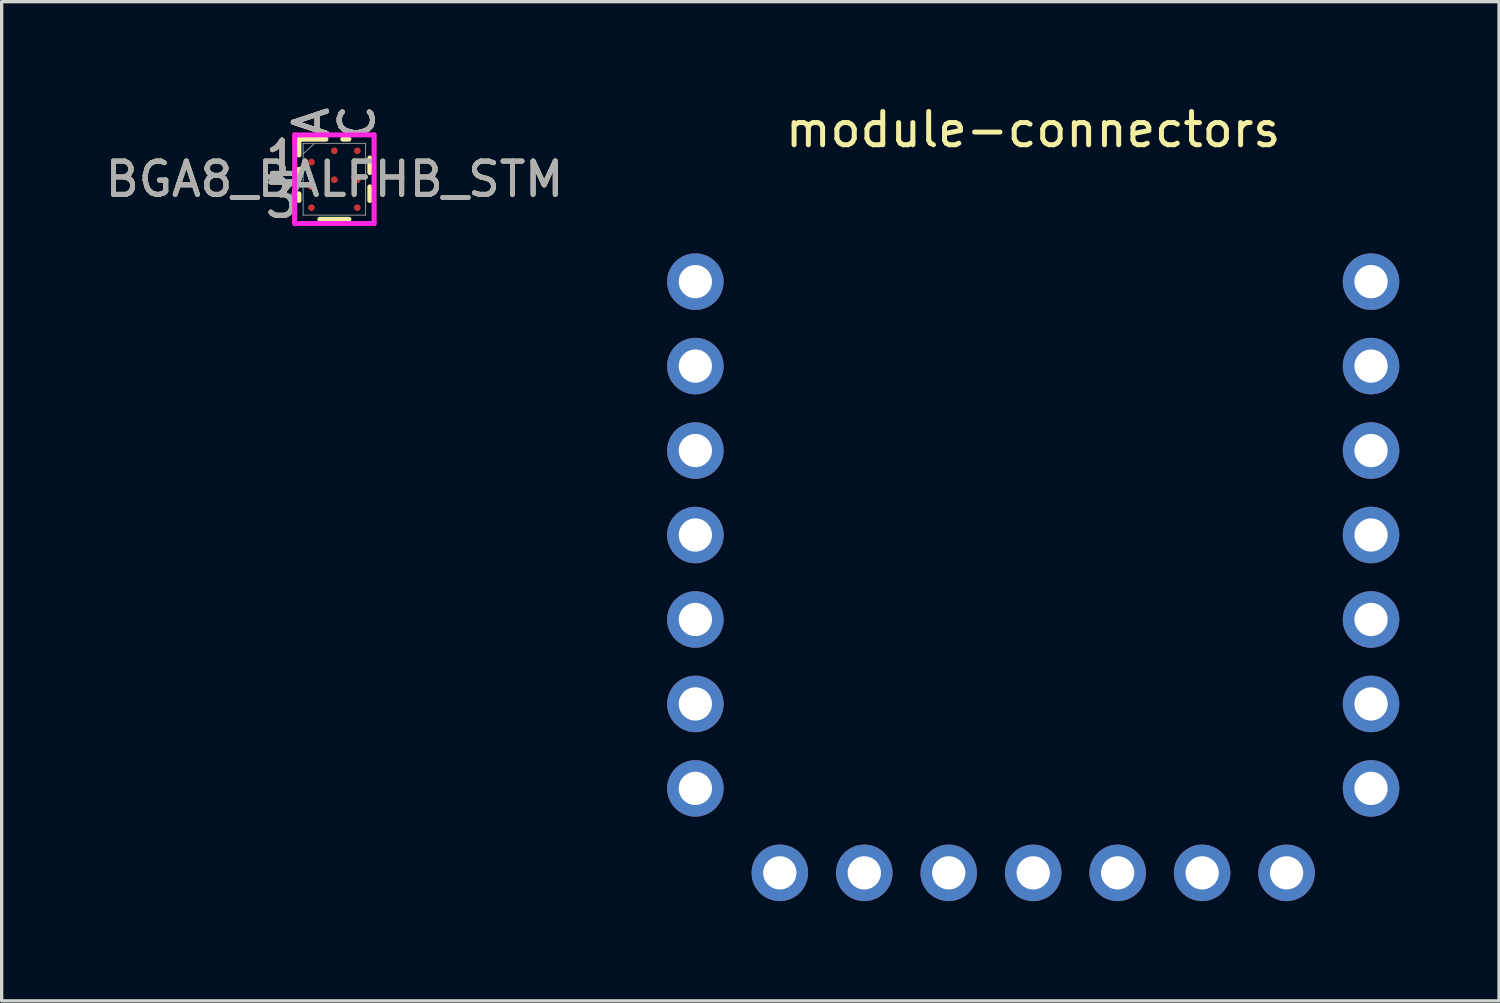
<source format=kicad_pcb>
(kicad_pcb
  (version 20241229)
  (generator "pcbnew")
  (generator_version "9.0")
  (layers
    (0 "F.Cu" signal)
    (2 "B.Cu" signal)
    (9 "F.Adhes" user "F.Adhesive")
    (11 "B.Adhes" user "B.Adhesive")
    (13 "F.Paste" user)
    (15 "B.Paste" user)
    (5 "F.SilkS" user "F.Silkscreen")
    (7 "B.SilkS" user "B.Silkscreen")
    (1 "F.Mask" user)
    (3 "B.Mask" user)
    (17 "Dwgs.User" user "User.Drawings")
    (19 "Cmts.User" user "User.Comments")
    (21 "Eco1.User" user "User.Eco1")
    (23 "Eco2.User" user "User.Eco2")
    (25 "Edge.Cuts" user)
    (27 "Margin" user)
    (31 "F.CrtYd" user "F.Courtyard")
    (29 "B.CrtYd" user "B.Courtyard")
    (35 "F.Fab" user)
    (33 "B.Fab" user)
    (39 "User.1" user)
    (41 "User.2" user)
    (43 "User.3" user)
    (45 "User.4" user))
  (footprint "module-connectors"
    (layer "F.Cu")
    (at 28.022 13.04)
    (property "Reference" "module-connectors" (at 0 -12.192 0) (unlocked yes) (layer "F.SilkS") (effects (font (size 1 1) (thickness 0.15))))
    (attr through_hole)
    (pad "1" thru_hole oval (at 10.16 -7.62) (size 1.7 1.7) (drill 1) (property pad_prop_castellated) (layers "*.Cu" "*.Mask"))
    (pad "2" thru_hole oval (at 10.16 -5.08) (size 1.7 1.7) (drill 1) (property pad_prop_castellated) (layers "*.Cu" "*.Mask"))
    (pad "3" thru_hole oval (at 10.16 -2.54) (size 1.7 1.7) (drill 1) (property pad_prop_castellated) (layers "*.Cu" "*.Mask"))
    (pad "4" thru_hole oval (at 10.16 0) (size 1.7 1.7) (drill 1) (property pad_prop_castellated) (layers "*.Cu" "*.Mask"))
    (pad "5" thru_hole oval (at 10.16 2.54) (size 1.7 1.7) (drill 1) (property pad_prop_castellated) (layers "*.Cu" "*.Mask"))
    (pad "6" thru_hole oval (at 10.16 5.08) (size 1.7 1.7) (drill 1) (property pad_prop_castellated) (layers "*.Cu" "*.Mask"))
    (pad "7" thru_hole oval (at 10.16 7.62) (size 1.7 1.7) (drill 1) (property pad_prop_castellated) (layers "*.Cu" "*.Mask"))
    (pad "8" thru_hole oval (at 7.62 10.16) (size 1.7 1.7) (drill 1) (property pad_prop_castellated) (layers "*.Cu" "*.Mask"))
    (pad "9" thru_hole oval (at 5.08 10.16) (size 1.7 1.7) (drill 1) (property pad_prop_castellated) (layers "*.Cu" "*.Mask"))
    (pad "10" thru_hole oval (at 2.54 10.16) (size 1.7 1.7) (drill 1) (property pad_prop_castellated) (layers "*.Cu" "*.Mask"))
    (pad "11" thru_hole oval (at 0 10.16) (size 1.7 1.7) (drill 1) (property pad_prop_castellated) (layers "*.Cu" "*.Mask"))
    (pad "12" thru_hole oval (at -2.54 10.16) (size 1.7 1.7) (drill 1) (property pad_prop_castellated) (layers "*.Cu" "*.Mask"))
    (pad "13" thru_hole oval (at -5.08 10.16) (size 1.7 1.7) (drill 1) (property pad_prop_castellated) (layers "*.Cu" "*.Mask"))
    (pad "14" thru_hole oval (at -7.62 10.16) (size 1.7 1.7) (drill 1) (property pad_prop_castellated) (layers "*.Cu" "*.Mask"))
    (pad "15" thru_hole oval (at -10.16 7.62) (size 1.7 1.7) (drill 1) (property pad_prop_castellated) (layers "*.Cu" "*.Mask"))
    (pad "16" thru_hole oval (at -10.16 5.08) (size 1.7 1.7) (drill 1) (property pad_prop_castellated) (layers "*.Cu" "*.Mask"))
    (pad "17" thru_hole oval (at -10.16 2.54) (size 1.7 1.7) (drill 1) (property pad_prop_castellated) (layers "*.Cu" "*.Mask"))
    (pad "18" thru_hole oval (at -10.16 0) (size 1.7 1.7) (drill 1) (property pad_prop_castellated) (layers "*.Cu" "*.Mask"))
    (pad "19" thru_hole oval (at -10.16 -2.54) (size 1.7 1.7) (drill 1) (property pad_prop_castellated) (layers "*.Cu" "*.Mask"))
    (pad "20" thru_hole oval (at -10.16 -5.08) (size 1.7 1.7) (drill 1) (property pad_prop_castellated) (layers "*.Cu" "*.Mask"))
    (pad "21" thru_hole oval (at -10.16 -7.62) (size 1.7 1.7) (drill 1) (property pad_prop_castellated) (layers "*.Cu" "*.Mask")))
  (footprint "BGA8_BALFHB_STM"
    (layer "F.Cu")
    (at 7.006 2.34)
    (property "Reference" "BGA8_BALFHB_STM" (at 0 0 0) (unlocked yes) (layer "F.SilkS") (effects (font (size 1 1) (thickness 0.15))))
    (attr smd)
    (fp_line (start -1.067 -1.206) (end -1.067 -0.731) (stroke (width 0.152) (type solid)) (layer "F.SilkS"))
    (fp_line (start -1.067 -0.298) (end -1.067 0.008) (stroke (width 0.152) (type solid)) (layer "F.SilkS"))
    (fp_line (start -1.067 0.441) (end -1.067 0.638) (stroke (width 0.152) (type solid)) (layer "F.SilkS"))
    (fp_line (start -0.436 1.206) (end 0.436 1.206) (stroke (width 0.152) (type solid)) (layer "F.SilkS"))
    (fp_line (start -0.254 -1.206) (end -1.067 -1.206) (stroke (width 0.152) (type solid)) (layer "F.SilkS"))
    (fp_line (start 0.436 -1.206) (end 0.254 -1.206) (stroke (width 0.152) (type solid)) (layer "F.SilkS"))
    (fp_line (start 1.067 -0.202) (end 1.067 -0.638) (stroke (width 0.152) (type solid)) (layer "F.SilkS"))
    (fp_line (start 1.067 0.638) (end 1.067 0.231) (stroke (width 0.152) (type solid)) (layer "F.SilkS"))
    (fp_poly (pts (xy -1.48 -1.389) (xy 1.48 -1.389) (xy 1.48 1.389) (xy -1.48 1.389)) (stroke (width 0.1) (type solid)) (fill no) (layer "Eco2.User"))
    (fp_line (start -1.194 -1.333) (end -1.194 1.333) (stroke (width 0.152) (type solid)) (layer "F.CrtYd"))
    (fp_line (start -1.194 1.333) (end 1.194 1.333) (stroke (width 0.152) (type solid)) (layer "F.CrtYd"))
    (fp_line (start 1.194 -1.333) (end -1.194 -1.333) (stroke (width 0.152) (type solid)) (layer "F.CrtYd"))
    (fp_line (start 1.194 1.333) (end 1.194 -1.333) (stroke (width 0.152) (type solid)) (layer "F.CrtYd"))
    (fp_line (start -0.94 -1.079) (end -0.94 1.079) (stroke (width 0.025) (type solid)) (layer "F.Fab"))
    (fp_line (start -0.94 1.079) (end 0.94 1.079) (stroke (width 0.025) (type solid)) (layer "F.Fab"))
    (fp_line (start -0.595 -1.079) (end -0.94 -0.764) (stroke (width 0.025) (type solid)) (layer "F.Fab"))
    (fp_line (start 0.94 -1.079) (end -0.94 -1.079) (stroke (width 0.025) (type solid)) (layer "F.Fab"))
    (fp_line (start 0.94 1.079) (end 0.94 -1.079) (stroke (width 0.025) (type solid)) (layer "F.Fab"))
    (fp_text user "C" (at 0.69 -1.714 90) (unlocked yes) (layer "F.SilkS") (effects (font (size 1 1) (thickness 0.15))))
    (fp_text user "1" (at -1.575 -0.63 0) (unlocked yes) (layer "F.SilkS") (effects (font (size 1 1) (thickness 0.15))))
    (fp_text user "3" (at -1.575 0.63 0) (unlocked yes) (layer "F.SilkS") (effects (font (size 1 1) (thickness 0.15))))
    (fp_text user "A" (at -0.69 -1.714 90) (unlocked yes) (layer "F.SilkS") (effects (font (size 1 1) (thickness 0.15))))
    (fp_text user "1" (at -1.575 -0.63 0) (unlocked yes) (layer "B.SilkS") (effects (font (size 1 1) (thickness 0.15))))
    (fp_text user "3" (at -1.575 0.63 0) (unlocked yes) (layer "B.SilkS") (effects (font (size 1 1) (thickness 0.15))))
    (fp_text user "A" (at -0.69 -1.714 90) (unlocked yes) (layer "B.SilkS") (effects (font (size 1 1) (thickness 0.15))))
    (fp_text user "C" (at 0.69 -1.714 90) (unlocked yes) (layer "B.SilkS") (effects (font (size 1 1) (thickness 0.15))))
    (fp_text user "${REFERENCE}" (at 0 0 0) (unlocked yes) (layer "F.Fab") (effects (font (size 1 1) (thickness 0.15))))
    (fp_text user "A" (at -0.69 -1.714 90) (unlocked yes) (layer "F.Fab") (effects (font (size 1 1) (thickness 0.15))))
    (fp_text user "3" (at -1.575 0.63 0) (unlocked yes) (layer "F.Fab") (effects (font (size 1 1) (thickness 0.15))))
    (fp_text user "1" (at -1.575 -0.63 0) (unlocked yes) (layer "F.Fab") (effects (font (size 1 1) (thickness 0.15))))
    (fp_text user "C" (at 0.69 -1.714 90) (unlocked yes) (layer "F.Fab") (effects (font (size 1 1) (thickness 0.15))))
    (pad "A1" smd circle (at -0.69 -0.515) (size 0.203 0.203) (layers "F.Cu" "F.Mask" "F.Paste"))
    (pad "A2" smd circle (at -0.69 0.225) (size 0.203 0.203) (layers "F.Cu" "F.Mask" "F.Paste"))
    (pad "A3" smd circle (at -0.69 0.855) (size 0.203 0.203) (layers "F.Cu" "F.Mask" "F.Paste"))
    (pad "B1" smd circle (at 0 -0.855) (size 0.203 0.203) (layers "F.Cu" "F.Mask" "F.Paste"))
    (pad "B2" smd circle (at 0 0.015) (size 0.203 0.203) (layers "F.Cu" "F.Mask" "F.Paste"))
    (pad "C1" smd circle (at 0.69 -0.855) (size 0.203 0.203) (layers "F.Cu" "F.Mask" "F.Paste"))
    (pad "C2" smd circle (at 0.69 0.015) (size 0.203 0.203) (layers "F.Cu" "F.Mask" "F.Paste"))
    (pad "C3" smd circle (at 0.69 0.855) (size 0.203 0.203) (layers "F.Cu" "F.Mask" "F.Paste")))
  (gr_rect
    (start -3 -3)
    (end 42.032 27.05)
    (stroke (width 0.1) (type default))
    (fill no)
    (layer "Edge.Cuts")))
</source>
